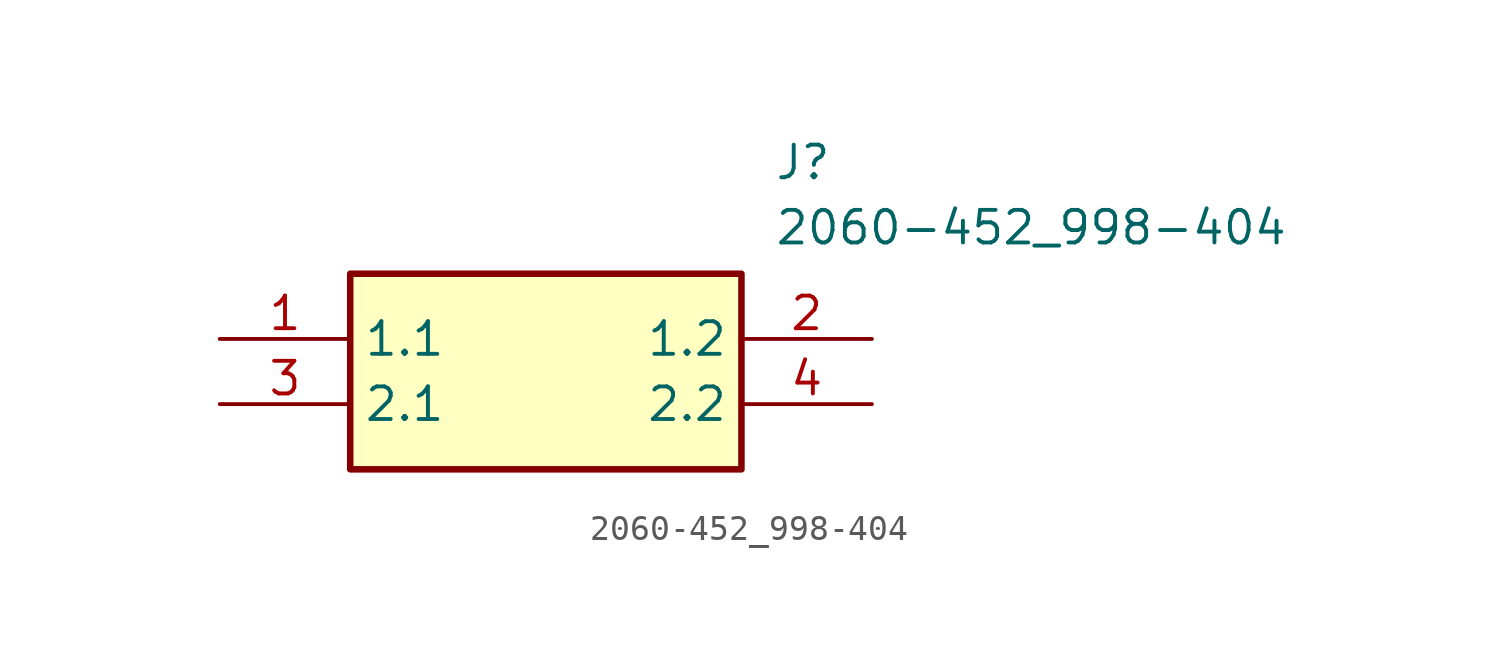
<source format=kicad_sym>
(kicad_symbol_lib
  (version 20211014)
  (generator SamacSys_ECAD_Model)
  (symbol "2060-452_998-404"
    (property "Reference" "J"
      (at 21.59 7.62 0)
      (effects (font (size 1.27 1.27)) (justify left top)))
    (property "Value" "2060-452_998-404"
      (at 21.59 5.08 0)
      (effects (font (size 1.27 1.27)) (justify left top)))
    (rectangle
      (start 5.08 2.54)
      (end 20.32 -5.08)
      (stroke (width 0.254) (type default))
      (fill (type background)))
    (pin passive line
      (at 0 0 0)
      (length 5.08)
      (name "1.1" (effects (font (size 1.27 1.27))))
      (number "1" (effects (font (size 1.27 1.27)))))
    (pin passive line
      (at 25.4 0 180)
      (length 5.08)
      (name "1.2" (effects (font (size 1.27 1.27))))
      (number "2" (effects (font (size 1.27 1.27)))))
    (pin passive line
      (at 0 -2.54 0)
      (length 5.08)
      (name "2.1" (effects (font (size 1.27 1.27))))
      (number "3" (effects (font (size 1.27 1.27)))))
    (pin passive line
      (at 25.4 -2.54 180)
      (length 5.08)
      (name "2.2" (effects (font (size 1.27 1.27))))
      (number "4" (effects (font (size 1.27 1.27)))))))
</source>
